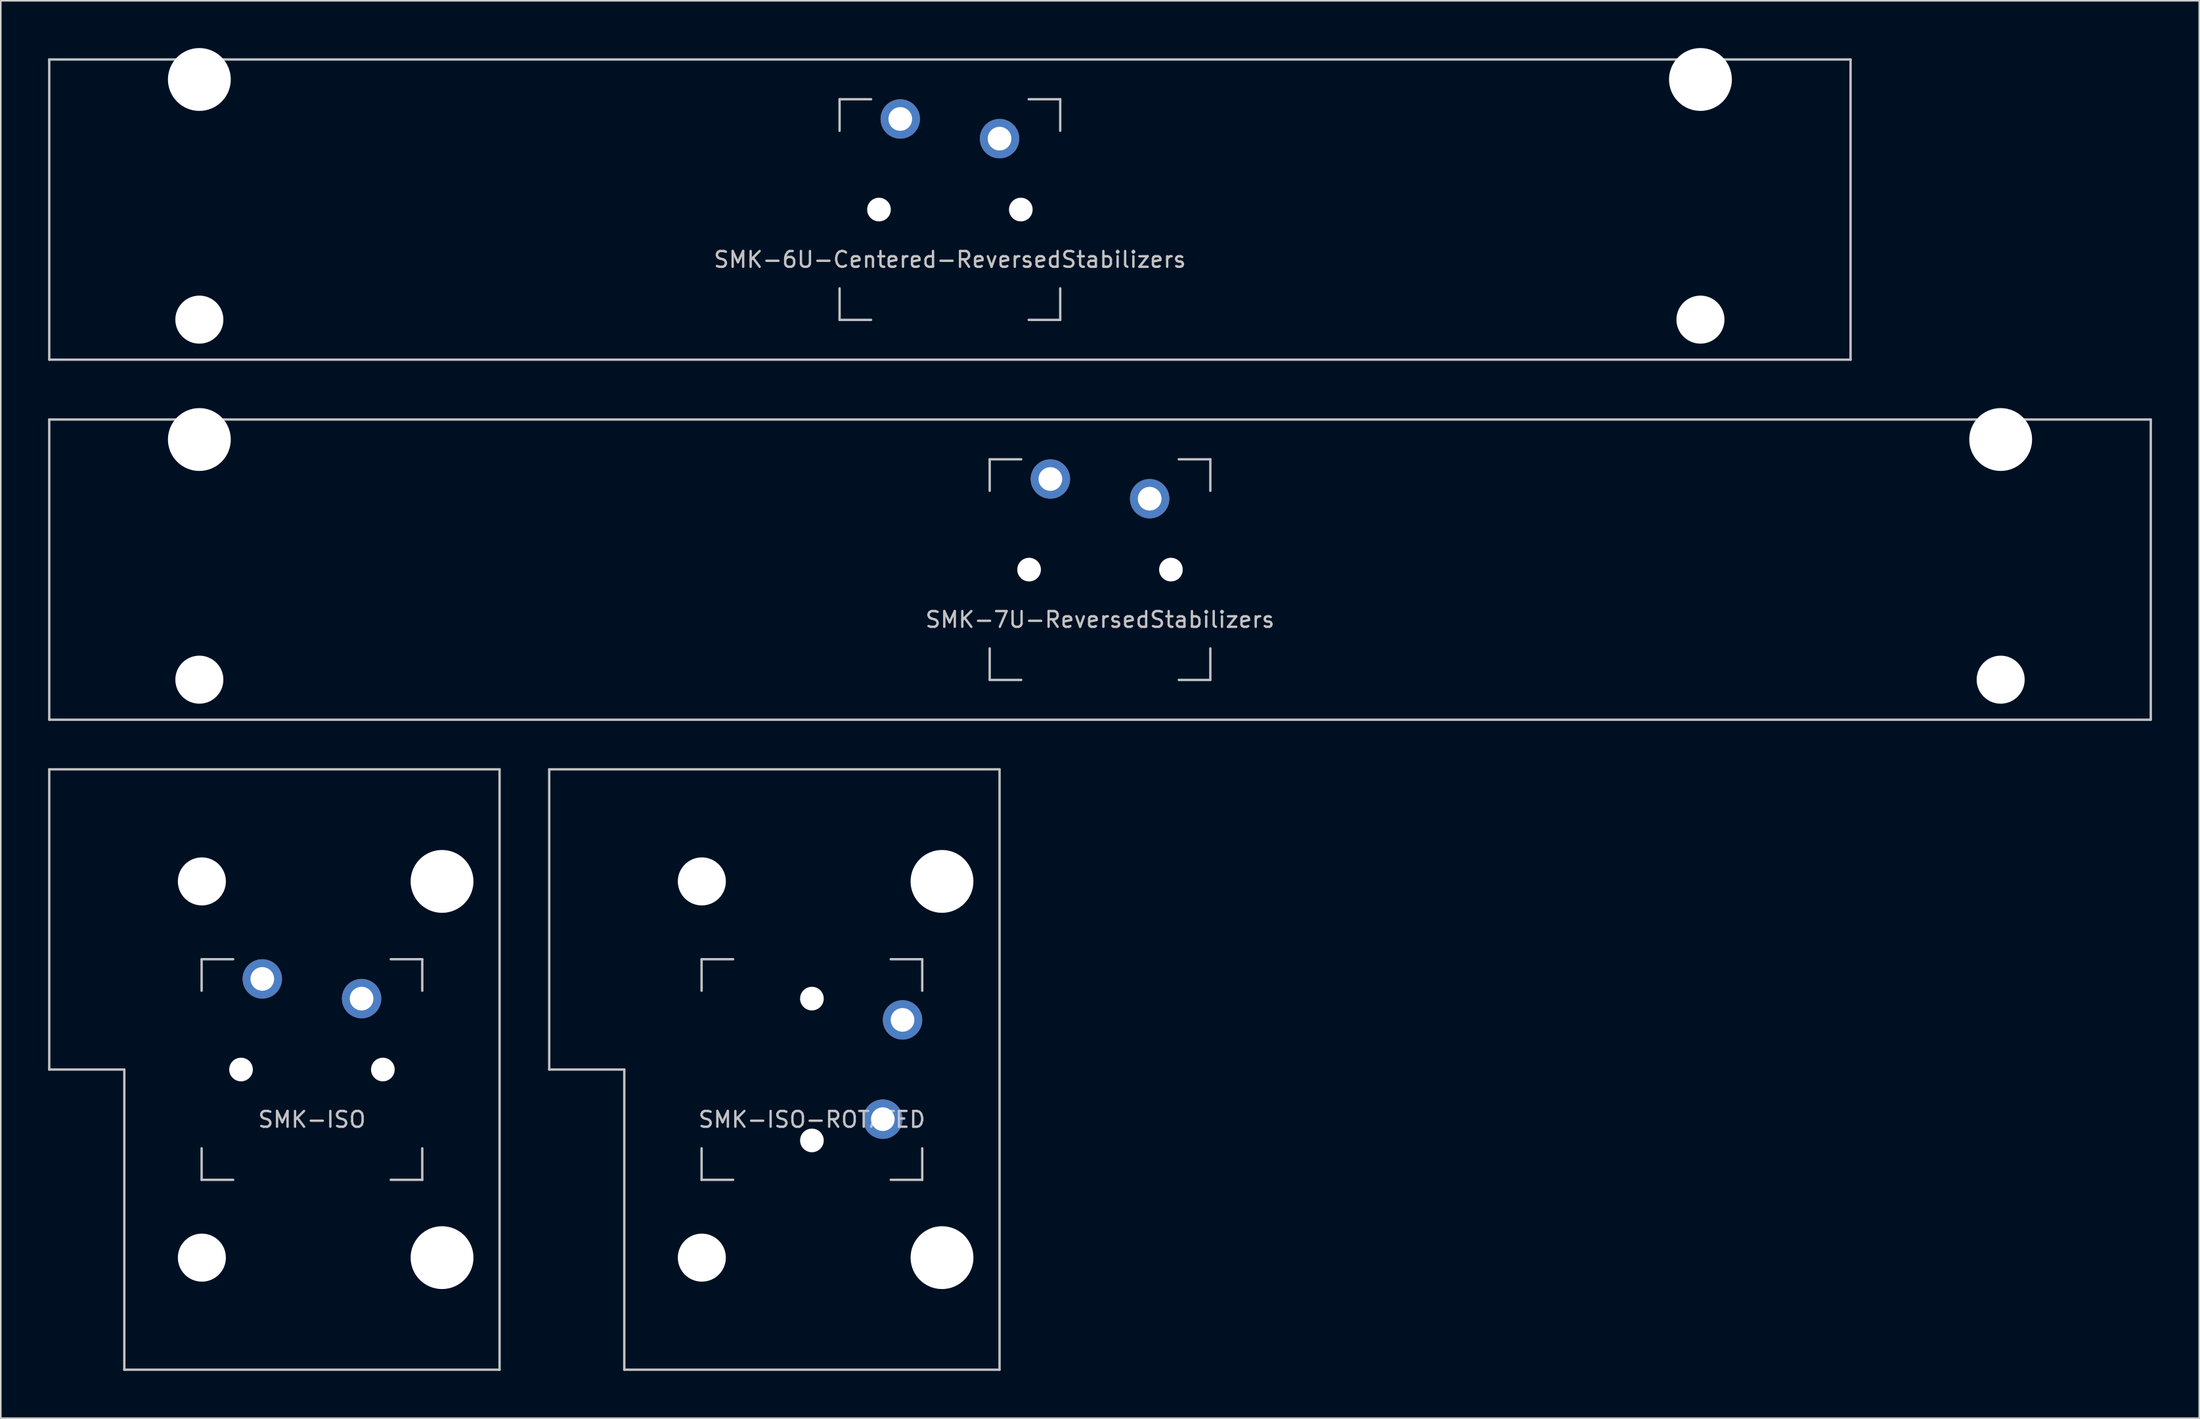
<source format=kicad_pcb>
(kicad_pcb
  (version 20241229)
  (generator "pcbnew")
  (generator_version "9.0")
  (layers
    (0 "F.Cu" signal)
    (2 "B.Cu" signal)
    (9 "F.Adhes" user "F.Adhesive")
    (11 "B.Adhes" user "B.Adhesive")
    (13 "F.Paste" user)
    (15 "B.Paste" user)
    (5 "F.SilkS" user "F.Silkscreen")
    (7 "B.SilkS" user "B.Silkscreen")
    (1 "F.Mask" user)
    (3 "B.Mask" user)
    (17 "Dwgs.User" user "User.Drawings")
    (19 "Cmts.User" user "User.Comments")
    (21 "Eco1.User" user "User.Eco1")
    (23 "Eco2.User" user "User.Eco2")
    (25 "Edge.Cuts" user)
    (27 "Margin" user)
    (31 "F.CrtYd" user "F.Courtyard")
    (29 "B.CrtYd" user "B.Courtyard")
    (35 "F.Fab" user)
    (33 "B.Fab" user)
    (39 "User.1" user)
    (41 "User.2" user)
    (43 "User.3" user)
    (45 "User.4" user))
  (footprint "SMK-6U-Centered-ReversedStabilizers"
    (layer "F.Cu")
    (at 57.225 10.249)
    (property "Reference" "SMK-6U-Centered-ReversedStabilizers" (at 0 3.175 0) (layer "Dwgs.User") (effects (font (size 1 1) (thickness 0.15))))
    (attr through_hole)
    (fp_line (start -57.15 -9.525) (end 57.15 -9.525) (stroke (width 0.15) (type solid)) (layer "Dwgs.User"))
    (fp_line (start -57.15 9.525) (end -57.15 -9.525) (stroke (width 0.15) (type solid)) (layer "Dwgs.User"))
    (fp_line (start -57.15 9.525) (end 57.15 9.525) (stroke (width 0.15) (type solid)) (layer "Dwgs.User"))
    (fp_line (start -7 -7) (end -7 -5) (stroke (width 0.15) (type solid)) (layer "Dwgs.User"))
    (fp_line (start -7 5) (end -7 7) (stroke (width 0.15) (type solid)) (layer "Dwgs.User"))
    (fp_line (start -7 7) (end -5 7) (stroke (width 0.15) (type solid)) (layer "Dwgs.User"))
    (fp_line (start -5 -7) (end -7 -7) (stroke (width 0.15) (type solid)) (layer "Dwgs.User"))
    (fp_line (start 5 -7) (end 7 -7) (stroke (width 0.15) (type solid)) (layer "Dwgs.User"))
    (fp_line (start 5 7) (end 7 7) (stroke (width 0.15) (type solid)) (layer "Dwgs.User"))
    (fp_line (start 7 -7) (end 7 -5) (stroke (width 0.15) (type solid)) (layer "Dwgs.User"))
    (fp_line (start 7 7) (end 7 5) (stroke (width 0.15) (type solid)) (layer "Dwgs.User"))
    (fp_line (start 57.15 -9.525) (end 57.15 9.525) (stroke (width 0.15) (type solid)) (layer "Dwgs.User"))
    (pad "" np_thru_hole circle (at -47.625 -8.255) (size 3.988 3.988) (drill 3.988) (layers "*.Cu" "*.Mask"))
    (pad "" np_thru_hole circle (at -47.625 6.985) (size 3.048 3.048) (drill 3.048) (layers "*.Cu" "*.Mask"))
    (pad "" np_thru_hole circle (at -4.5 0) (size 1.5 1.5) (drill 1.5) (layers "*.Cu" "*.Mask"))
    (pad "" np_thru_hole circle (at 4.5 0) (size 1.5 1.5) (drill 1.5) (layers "*.Cu" "*.Mask"))
    (pad "" np_thru_hole circle (at 47.625 -8.255) (size 3.988 3.988) (drill 3.988) (layers "*.Cu" "*.Mask"))
    (pad "" np_thru_hole circle (at 47.625 6.985) (size 3.048 3.048) (drill 3.048) (layers "*.Cu" "*.Mask"))
    (pad "SW1" thru_hole circle (at -3.15 -5.75) (size 2.5 2.5) (drill 1.5) (layers "*.Cu" "*.Mask"))
    (pad "SW2" thru_hole circle (at 3.15 -4.5) (size 2.5 2.5) (drill 1.5) (layers "*.Cu" "*.Mask")))
  (footprint "SMK-ISO-ROTATED"
    (layer "F.Cu")
    (at 48.469 64.823)
    (property "Reference" "SMK-ISO-ROTATED" (at 0 3.175 0) (layer "Dwgs.User") (effects (font (size 1 1) (thickness 0.15))))
    (attr through_hole)
    (fp_line (start -16.669 -19.05) (end -16.669 0) (stroke (width 0.15) (type solid)) (layer "Dwgs.User"))
    (fp_line (start -16.669 -19.05) (end 11.906 -19.05) (stroke (width 0.15) (type solid)) (layer "Dwgs.User"))
    (fp_line (start -11.906 0) (end -16.669 0) (stroke (width 0.15) (type solid)) (layer "Dwgs.User"))
    (fp_line (start -11.906 19.05) (end -11.906 0) (stroke (width 0.15) (type solid)) (layer "Dwgs.User"))
    (fp_line (start -11.906 19.05) (end 11.906 19.05) (stroke (width 0.15) (type solid)) (layer "Dwgs.User"))
    (fp_line (start -7 -7) (end -7 -5) (stroke (width 0.15) (type solid)) (layer "Dwgs.User"))
    (fp_line (start -7 5) (end -7 7) (stroke (width 0.15) (type solid)) (layer "Dwgs.User"))
    (fp_line (start -7 7) (end -5 7) (stroke (width 0.15) (type solid)) (layer "Dwgs.User"))
    (fp_line (start -5 -7) (end -7 -7) (stroke (width 0.15) (type solid)) (layer "Dwgs.User"))
    (fp_line (start 5 -7) (end 7 -7) (stroke (width 0.15) (type solid)) (layer "Dwgs.User"))
    (fp_line (start 5 7) (end 7 7) (stroke (width 0.15) (type solid)) (layer "Dwgs.User"))
    (fp_line (start 7 -7) (end 7 -5) (stroke (width 0.15) (type solid)) (layer "Dwgs.User"))
    (fp_line (start 7 7) (end 7 5) (stroke (width 0.15) (type solid)) (layer "Dwgs.User"))
    (fp_line (start 11.906 -19.05) (end 11.906 19.05) (stroke (width 0.15) (type solid)) (layer "Dwgs.User"))
    (pad "" np_thru_hole circle (at -6.985 -11.938) (size 3.048 3.048) (drill 3.048) (layers "*.Cu" "*.Mask"))
    (pad "" np_thru_hole circle (at -6.985 11.938) (size 3.048 3.048) (drill 3.048) (layers "*.Cu" "*.Mask"))
    (pad "" np_thru_hole circle (at 0 -4.5 270) (size 1.5 1.5) (drill 1.5) (layers "*.Cu" "*.Mask"))
    (pad "" np_thru_hole circle (at 0 4.5 270) (size 1.5 1.5) (drill 1.5) (layers "*.Cu" "*.Mask"))
    (pad "" np_thru_hole circle (at 8.255 -11.938) (size 3.988 3.988) (drill 3.988) (layers "*.Cu" "*.Mask"))
    (pad "" np_thru_hole circle (at 8.255 11.938) (size 3.988 3.988) (drill 3.988) (layers "*.Cu" "*.Mask"))
    (pad "SW1" thru_hole circle (at 5.75 -3.15 270) (size 2.5 2.5) (drill 1.5) (layers "*.Cu" "*.Mask"))
    (pad "SW2" thru_hole circle (at 4.5 3.15 270) (size 2.5 2.5) (drill 1.5) (layers "*.Cu" "*.Mask")))
  (footprint "SMK-ISO"
    (layer "F.Cu")
    (at 16.744 64.823)
    (property "Reference" "SMK-ISO" (at 0 3.175 0) (layer "Dwgs.User") (effects (font (size 1 1) (thickness 0.15))))
    (attr through_hole)
    (fp_line (start -16.669 -19.05) (end -16.669 0) (stroke (width 0.15) (type solid)) (layer "Dwgs.User"))
    (fp_line (start -16.669 -19.05) (end 11.906 -19.05) (stroke (width 0.15) (type solid)) (layer "Dwgs.User"))
    (fp_line (start -11.906 0) (end -16.669 0) (stroke (width 0.15) (type solid)) (layer "Dwgs.User"))
    (fp_line (start -11.906 19.05) (end -11.906 0) (stroke (width 0.15) (type solid)) (layer "Dwgs.User"))
    (fp_line (start -11.906 19.05) (end 11.906 19.05) (stroke (width 0.15) (type solid)) (layer "Dwgs.User"))
    (fp_line (start -7 -7) (end -7 -5) (stroke (width 0.15) (type solid)) (layer "Dwgs.User"))
    (fp_line (start -7 5) (end -7 7) (stroke (width 0.15) (type solid)) (layer "Dwgs.User"))
    (fp_line (start -7 7) (end -5 7) (stroke (width 0.15) (type solid)) (layer "Dwgs.User"))
    (fp_line (start -5 -7) (end -7 -7) (stroke (width 0.15) (type solid)) (layer "Dwgs.User"))
    (fp_line (start 5 -7) (end 7 -7) (stroke (width 0.15) (type solid)) (layer "Dwgs.User"))
    (fp_line (start 5 7) (end 7 7) (stroke (width 0.15) (type solid)) (layer "Dwgs.User"))
    (fp_line (start 7 -7) (end 7 -5) (stroke (width 0.15) (type solid)) (layer "Dwgs.User"))
    (fp_line (start 7 7) (end 7 5) (stroke (width 0.15) (type solid)) (layer "Dwgs.User"))
    (fp_line (start 11.906 -19.05) (end 11.906 19.05) (stroke (width 0.15) (type solid)) (layer "Dwgs.User"))
    (pad "" np_thru_hole circle (at -6.985 -11.938) (size 3.048 3.048) (drill 3.048) (layers "*.Cu" "*.Mask"))
    (pad "" np_thru_hole circle (at -6.985 11.938) (size 3.048 3.048) (drill 3.048) (layers "*.Cu" "*.Mask"))
    (pad "" np_thru_hole circle (at -4.5 0) (size 1.5 1.5) (drill 1.5) (layers "*.Cu" "*.Mask"))
    (pad "" np_thru_hole circle (at 4.5 0) (size 1.5 1.5) (drill 1.5) (layers "*.Cu" "*.Mask"))
    (pad "" np_thru_hole circle (at 8.255 -11.938) (size 3.988 3.988) (drill 3.988) (layers "*.Cu" "*.Mask"))
    (pad "" np_thru_hole circle (at 8.255 11.938) (size 3.988 3.988) (drill 3.988) (layers "*.Cu" "*.Mask"))
    (pad "SW1" thru_hole circle (at -3.15 -5.75) (size 2.5 2.5) (drill 1.5) (layers "*.Cu" "*.Mask"))
    (pad "SW2" thru_hole circle (at 3.15 -4.5) (size 2.5 2.5) (drill 1.5) (layers "*.Cu" "*.Mask")))
  (footprint "SMK-7U-ReversedStabilizers"
    (layer "F.Cu")
    (at 66.75 33.098)
    (property "Reference" "SMK-7U-ReversedStabilizers" (at 0 3.175 0) (layer "Dwgs.User") (effects (font (size 1 1) (thickness 0.15))))
    (attr through_hole)
    (fp_line (start -66.675 -9.525) (end 66.675 -9.525) (stroke (width 0.15) (type solid)) (layer "Dwgs.User"))
    (fp_line (start -66.675 9.525) (end -66.675 -9.525) (stroke (width 0.15) (type solid)) (layer "Dwgs.User"))
    (fp_line (start -66.675 9.525) (end 66.675 9.525) (stroke (width 0.15) (type solid)) (layer "Dwgs.User"))
    (fp_line (start -7 -7) (end -7 -5) (stroke (width 0.15) (type solid)) (layer "Dwgs.User"))
    (fp_line (start -7 5) (end -7 7) (stroke (width 0.15) (type solid)) (layer "Dwgs.User"))
    (fp_line (start -7 7) (end -5 7) (stroke (width 0.15) (type solid)) (layer "Dwgs.User"))
    (fp_line (start -5 -7) (end -7 -7) (stroke (width 0.15) (type solid)) (layer "Dwgs.User"))
    (fp_line (start 5 -7) (end 7 -7) (stroke (width 0.15) (type solid)) (layer "Dwgs.User"))
    (fp_line (start 5 7) (end 7 7) (stroke (width 0.15) (type solid)) (layer "Dwgs.User"))
    (fp_line (start 7 -7) (end 7 -5) (stroke (width 0.15) (type solid)) (layer "Dwgs.User"))
    (fp_line (start 7 7) (end 7 5) (stroke (width 0.15) (type solid)) (layer "Dwgs.User"))
    (fp_line (start 66.675 -9.525) (end 66.675 9.525) (stroke (width 0.15) (type solid)) (layer "Dwgs.User"))
    (pad "" np_thru_hole circle (at -57.15 -8.255) (size 3.988 3.988) (drill 3.988) (layers "*.Cu" "*.Mask"))
    (pad "" np_thru_hole circle (at -57.15 6.985) (size 3.048 3.048) (drill 3.048) (layers "*.Cu" "*.Mask"))
    (pad "" np_thru_hole circle (at -4.5 0) (size 1.5 1.5) (drill 1.5) (layers "*.Cu" "*.Mask"))
    (pad "" np_thru_hole circle (at 4.5 0) (size 1.5 1.5) (drill 1.5) (layers "*.Cu" "*.Mask"))
    (pad "" np_thru_hole circle (at 57.15 -8.255) (size 3.988 3.988) (drill 3.988) (layers "*.Cu" "*.Mask"))
    (pad "" np_thru_hole circle (at 57.15 6.985) (size 3.048 3.048) (drill 3.048) (layers "*.Cu" "*.Mask"))
    (pad "SW1" thru_hole circle (at -3.15 -5.75) (size 2.5 2.5) (drill 1.5) (layers "*.Cu" "*.Mask"))
    (pad "SW2" thru_hole circle (at 3.15 -4.5) (size 2.5 2.5) (drill 1.5) (layers "*.Cu" "*.Mask")))
  (gr_rect
    (start -3 -3)
    (end 136.5 86.948)
    (stroke (width 0.1) (type default))
    (fill no)
    (layer "Edge.Cuts")))
</source>
